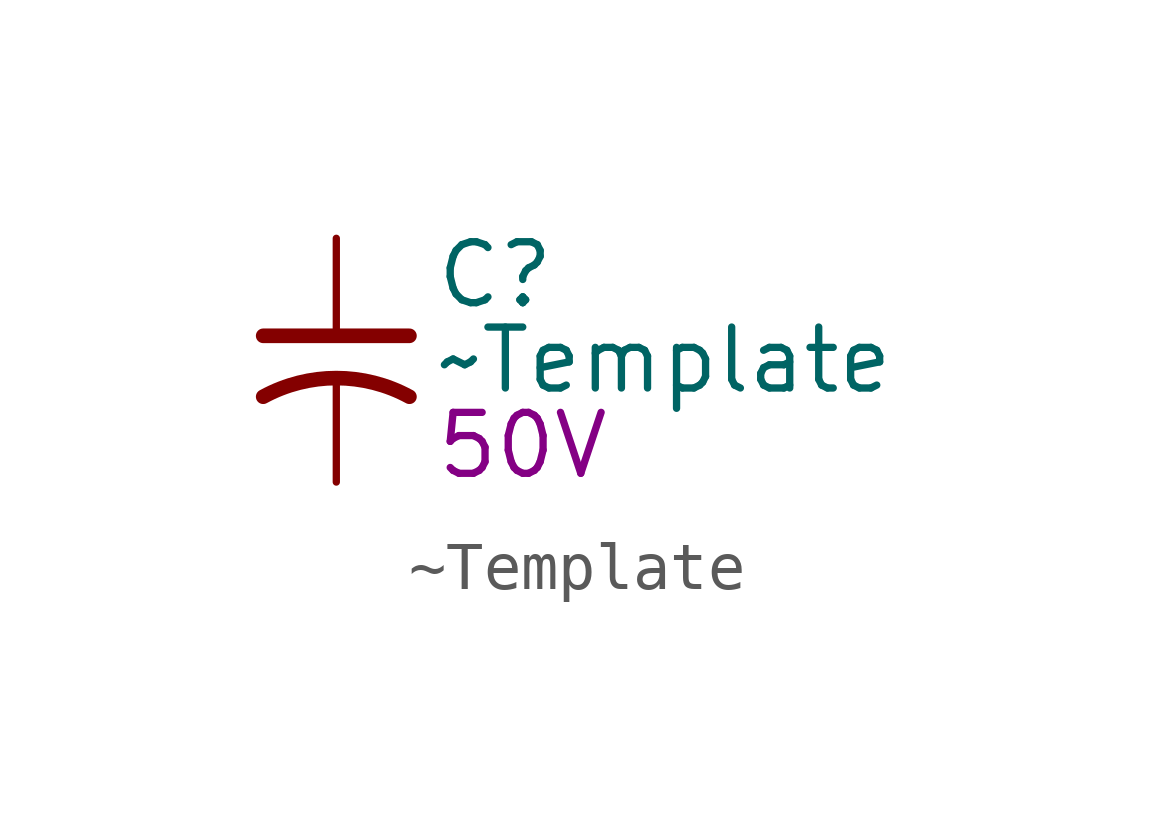
<source format=kicad_sym>
(kicad_symbol_lib
  (version 20241209)
  (generator "kicad-symlib-util")
  (generator_version "1.0.0")
  (symbol "~Template"
    (pin_numbers
      (hide yes))
    (pin_names
      (offset 0.254)
      (hide yes))
    (property "Reference" "C"
      (at 2.032 1.778 0)
      (effects (font (size 1.27 1.27)) (justify left)))
    (property "Value" "~Template"
      (at 2.032 0 0)
      (effects (font (size 1.27 1.27)) (justify left)))
    (property "Voltage" "50V"
      (at 2.032 -1.778 0)
      (effects (font (size 1.27 1.27)) (justify left)))
    (symbol "~Template_0_1"
      (polyline (pts (xy -1.524 0.508) (xy 1.524 0.508)) (stroke (width 0.305) (type default)) (fill (type none)))
      (arc (start -1.524 -0.762) (mid 0 -0.3734) (end 1.524 -0.762) (stroke (width 0.3048) (type default)) (fill (type none))))
    (symbol "~Template_1_1"
      (pin passive line (at 0 2.54 270) (length 2.032) (name "~" (effects (font (size 1.27 1.27)))) (number "1" (effects (font (size 1.27 1.27)))))
      (pin passive line (at 0 -2.54 90) (length 2.032) (name "~" (effects (font (size 1.27 1.27)))) (number "2" (effects (font (size 1.27 1.27))))))))
</source>
